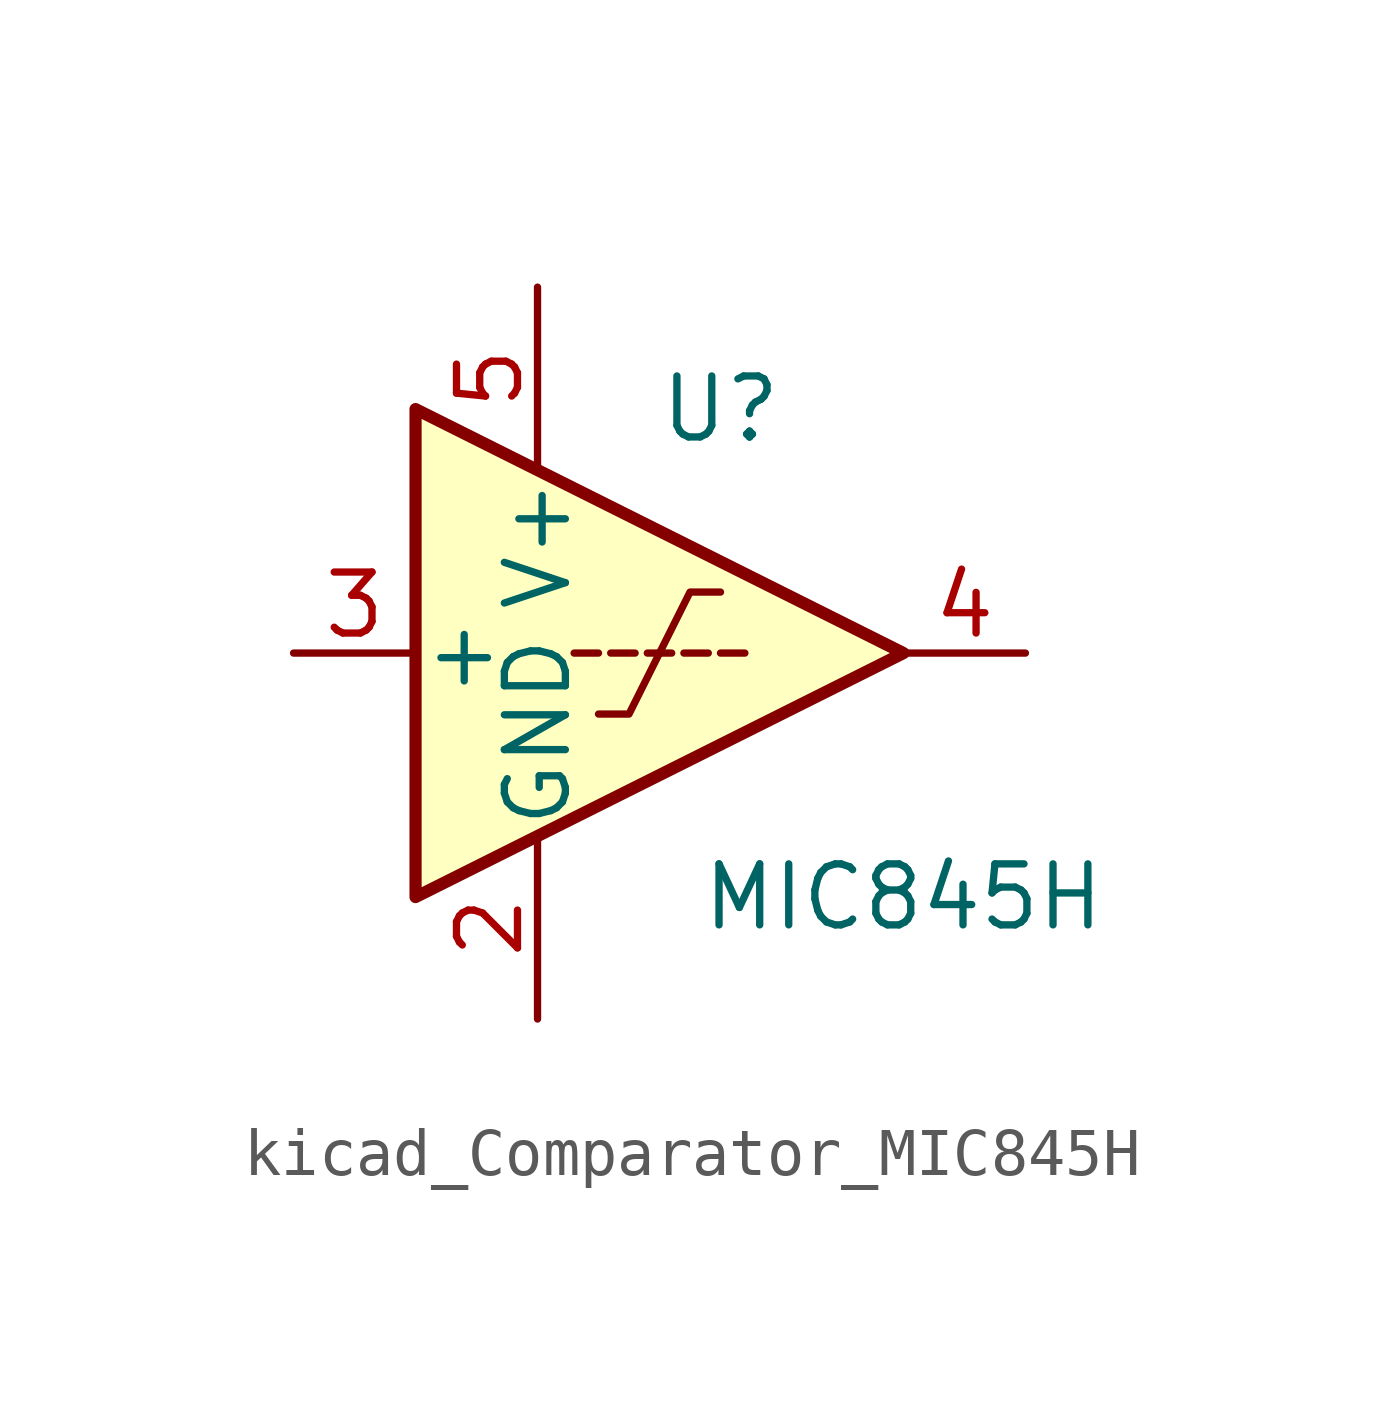
<source format=kicad_sym>
(kicad_symbol_lib
  (version 20220914)
  (generator kicad_symbol_editor)
  (symbol "kicad_Comparator_MIC845H"
    (pin_names
      (offset 0.127))
    (property "Reference" "U"
      (at 3.81 5.08 0)
      (effects (font (size 1.27 1.27))))
    (property "Value" "MIC845H"
      (at 7.62 -5.08 0)
      (effects (font (size 1.27 1.27))))
    (symbol "kicad_Comparator_MIC845H_0_1"
      (polyline (pts (xy 1.27 0) (xy 0.762 0)) (stroke (width 0) (type default)) (fill (type none)))
      (polyline (pts (xy 2.032 0) (xy 1.524 0)) (stroke (width 0) (type default)) (fill (type none)))
      (polyline (pts (xy 2.286 0) (xy 2.794 0)) (stroke (width 0) (type default)) (fill (type none)))
      (polyline (pts (xy 3.048 0) (xy 3.556 0)) (stroke (width 0) (type default)) (fill (type none)))
      (polyline (pts (xy 3.81 0) (xy 4.318 0)) (stroke (width 0) (type default)) (fill (type none)))
      (polyline (pts (xy -2.54 5.08) (xy 7.62 0) (xy -2.54 -5.08) (xy -2.54 5.08)) (stroke (width 0.254) (type default)) (fill (type background)))
      (polyline (pts (xy 1.27 -1.27) (xy 1.905 -1.27) (xy 3.175 1.27) (xy 3.81 1.27)) (stroke (width 0) (type default)) (fill (type none))))
    (symbol "kicad_Comparator_MIC845H_1_1"
      (pin no_connect line (at -2.54 0 0) (length 2.54) hide (name "NIC" (effects (font (size 1.27 1.27)))) (number "1" (effects (font (size 1.27 1.27)))))
      (pin power_in line (at 0 -7.62 90) (length 3.81) (name "GND" (effects (font (size 1.27 1.27)))) (number "2" (effects (font (size 1.27 1.27)))))
      (pin input line (at -5.08 0 0) (length 2.54) (name "+" (effects (font (size 1.27 1.27)))) (number "3" (effects (font (size 1.27 1.27)))))
      (pin output line (at 10.16 0 180) (length 2.54) (name "~" (effects (font (size 1.27 1.27)))) (number "4" (effects (font (size 1.27 1.27)))))
      (pin power_in line (at 0 7.62 270) (length 3.81) (name "V+" (effects (font (size 1.27 1.27)))) (number "5" (effects (font (size 1.27 1.27))))))))
</source>
